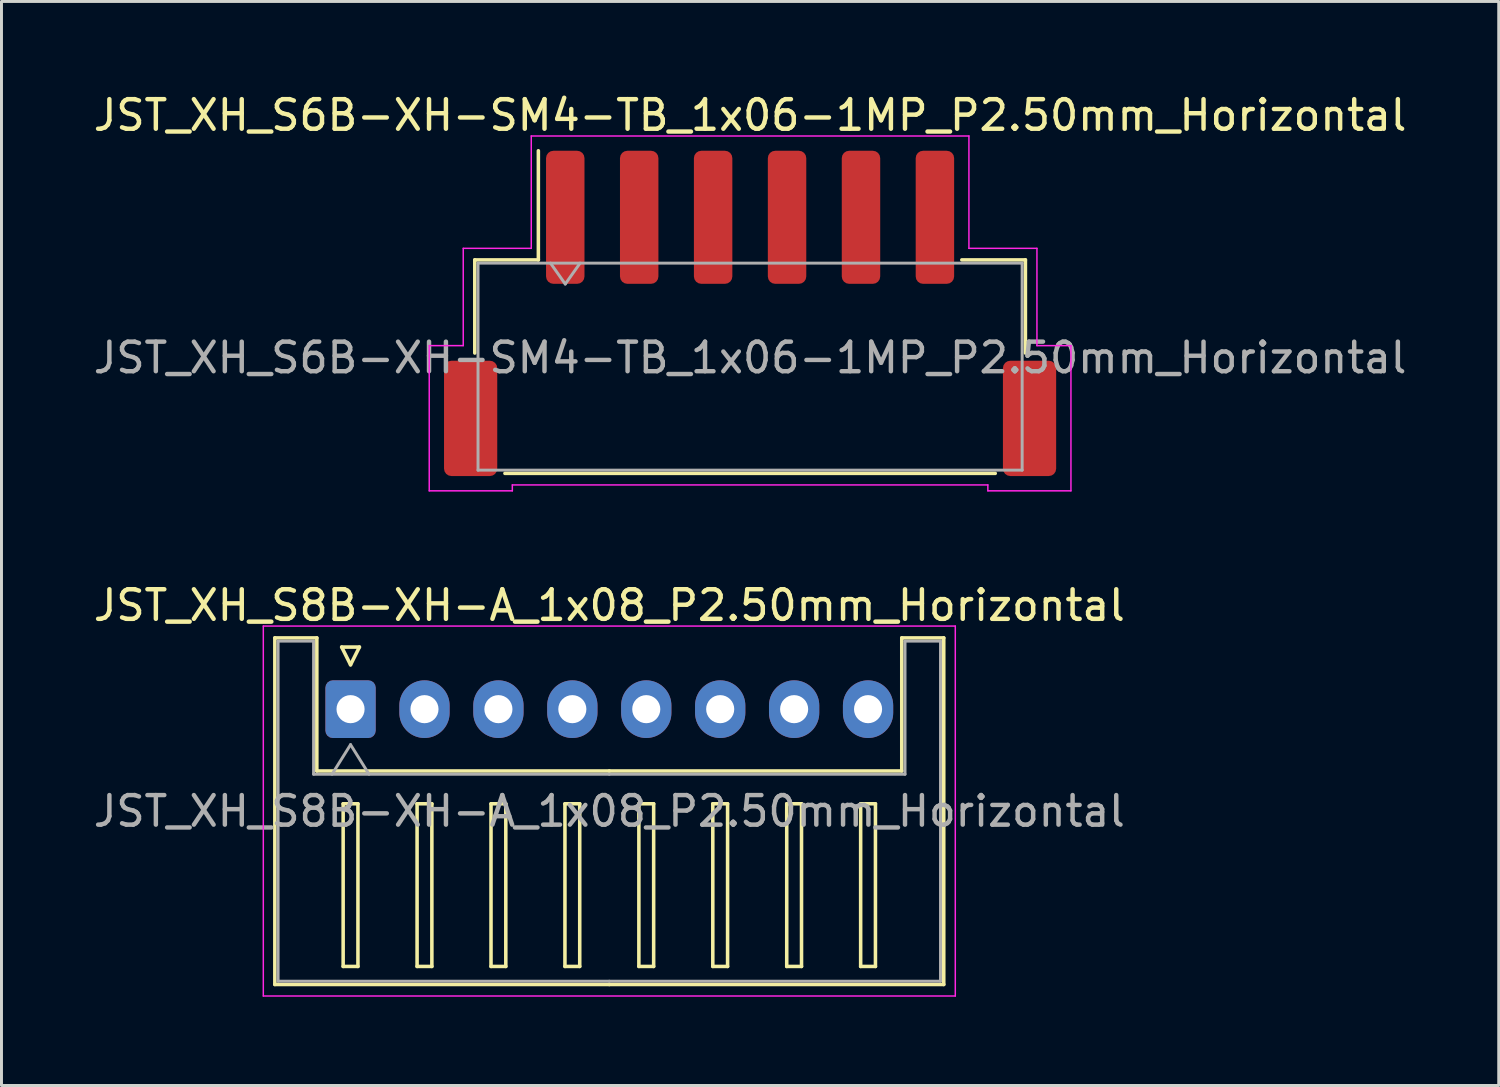
<source format=kicad_pcb>
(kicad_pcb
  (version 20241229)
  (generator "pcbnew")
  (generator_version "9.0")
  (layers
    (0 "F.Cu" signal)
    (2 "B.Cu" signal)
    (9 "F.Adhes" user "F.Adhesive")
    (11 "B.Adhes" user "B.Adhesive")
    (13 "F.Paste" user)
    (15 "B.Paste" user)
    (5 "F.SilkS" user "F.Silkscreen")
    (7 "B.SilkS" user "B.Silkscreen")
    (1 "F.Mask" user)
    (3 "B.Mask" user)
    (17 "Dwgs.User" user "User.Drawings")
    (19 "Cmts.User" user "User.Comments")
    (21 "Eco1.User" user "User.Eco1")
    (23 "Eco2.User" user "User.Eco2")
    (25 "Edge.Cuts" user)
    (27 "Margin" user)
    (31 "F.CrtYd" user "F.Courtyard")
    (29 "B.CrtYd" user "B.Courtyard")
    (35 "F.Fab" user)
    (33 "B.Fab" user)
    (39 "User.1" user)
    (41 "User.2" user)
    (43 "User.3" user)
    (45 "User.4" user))
  (footprint "JST_XH_S6B-XH-SM4-TB_1x06-1MP_P2.50mm_Horizontal"
    (layer "F.Cu")
    (at 22.315 7.548)
    (property "Reference" "JST_XH_S6B-XH-SM4-TB_1x06-1MP_P2.50mm_Horizontal" (at 0 -6.7 0) (layer "F.SilkS") (effects (font (size 1 1) (thickness 0.15))))
    (attr smd)
    (fp_line (start -9.31 -1.81) (end -7.16 -1.81) (stroke (width 0.12) (type solid)) (layer "F.SilkS"))
    (fp_line (start -9.31 1.34) (end -9.31 -1.81) (stroke (width 0.12) (type solid)) (layer "F.SilkS"))
    (fp_line (start -8.29 5.41) (end 8.29 5.41) (stroke (width 0.12) (type solid)) (layer "F.SilkS"))
    (fp_line (start -7.16 -1.81) (end -7.16 -5.5) (stroke (width 0.12) (type solid)) (layer "F.SilkS"))
    (fp_line (start 9.31 -1.81) (end 7.16 -1.81) (stroke (width 0.12) (type solid)) (layer "F.SilkS"))
    (fp_line (start 9.31 1.34) (end 9.31 -1.81) (stroke (width 0.12) (type solid)) (layer "F.SilkS"))
    (fp_line (start -10.85 1.09) (end -9.7 1.09) (stroke (width 0.05) (type solid)) (layer "F.CrtYd"))
    (fp_line (start -10.85 6) (end -10.85 1.09) (stroke (width 0.05) (type solid)) (layer "F.CrtYd"))
    (fp_line (start -9.7 -2.2) (end -7.4 -2.2) (stroke (width 0.05) (type solid)) (layer "F.CrtYd"))
    (fp_line (start -9.7 1.09) (end -9.7 -2.2) (stroke (width 0.05) (type solid)) (layer "F.CrtYd"))
    (fp_line (start -8.04 5.8) (end -8.04 6) (stroke (width 0.05) (type solid)) (layer "F.CrtYd"))
    (fp_line (start -8.04 6) (end -10.85 6) (stroke (width 0.05) (type solid)) (layer "F.CrtYd"))
    (fp_line (start -7.4 -6) (end 7.4 -6) (stroke (width 0.05) (type solid)) (layer "F.CrtYd"))
    (fp_line (start -7.4 -2.2) (end -7.4 -6) (stroke (width 0.05) (type solid)) (layer "F.CrtYd"))
    (fp_line (start 7.4 -6) (end 7.4 -2.2) (stroke (width 0.05) (type solid)) (layer "F.CrtYd"))
    (fp_line (start 7.4 -2.2) (end 9.7 -2.2) (stroke (width 0.05) (type solid)) (layer "F.CrtYd"))
    (fp_line (start 8.04 5.8) (end -8.04 5.8) (stroke (width 0.05) (type solid)) (layer "F.CrtYd"))
    (fp_line (start 8.04 6) (end 8.04 5.8) (stroke (width 0.05) (type solid)) (layer "F.CrtYd"))
    (fp_line (start 9.7 -2.2) (end 9.7 1.09) (stroke (width 0.05) (type solid)) (layer "F.CrtYd"))
    (fp_line (start 9.7 1.09) (end 10.85 1.09) (stroke (width 0.05) (type solid)) (layer "F.CrtYd"))
    (fp_line (start 10.85 1.09) (end 10.85 6) (stroke (width 0.05) (type solid)) (layer "F.CrtYd"))
    (fp_line (start 10.85 6) (end 8.04 6) (stroke (width 0.05) (type solid)) (layer "F.CrtYd"))
    (fp_line (start -9.2 -1.7) (end -9.2 5.3) (stroke (width 0.1) (type solid)) (layer "F.Fab"))
    (fp_line (start -9.2 -1.7) (end 9.2 -1.7) (stroke (width 0.1) (type solid)) (layer "F.Fab"))
    (fp_line (start -9.2 5.3) (end 9.2 5.3) (stroke (width 0.1) (type solid)) (layer "F.Fab"))
    (fp_line (start -6.75 -1.7) (end -6.25 -0.993) (stroke (width 0.1) (type solid)) (layer "F.Fab"))
    (fp_line (start -6.25 -0.993) (end -5.75 -1.7) (stroke (width 0.1) (type solid)) (layer "F.Fab"))
    (fp_line (start 9.2 -1.7) (end 9.2 5.3) (stroke (width 0.1) (type solid)) (layer "F.Fab"))
    (fp_text user "${REFERENCE}" (at 0 1.5 0) (layer "F.Fab") (effects (font (size 1 1) (thickness 0.15))))
    (pad "1" smd roundrect (at -6.25 -3.25) (size 1.3 4.5) (layers "F.Cu" "F.Mask" "F.Paste") (roundrect_rratio 0.192))
    (pad "2" smd roundrect (at -3.75 -3.25) (size 1.3 4.5) (layers "F.Cu" "F.Mask" "F.Paste") (roundrect_rratio 0.192))
    (pad "3" smd roundrect (at -1.25 -3.25) (size 1.3 4.5) (layers "F.Cu" "F.Mask" "F.Paste") (roundrect_rratio 0.192))
    (pad "4" smd roundrect (at 1.25 -3.25) (size 1.3 4.5) (layers "F.Cu" "F.Mask" "F.Paste") (roundrect_rratio 0.192))
    (pad "5" smd roundrect (at 3.75 -3.25) (size 1.3 4.5) (layers "F.Cu" "F.Mask" "F.Paste") (roundrect_rratio 0.192))
    (pad "6" smd roundrect (at 6.25 -3.25) (size 1.3 4.5) (layers "F.Cu" "F.Mask" "F.Paste") (roundrect_rratio 0.192))
    (pad "MP" smd roundrect (at -9.45 3.55) (size 1.8 3.9) (layers "F.Cu" "F.Mask" "F.Paste") (roundrect_rratio 0.139))
    (pad "MP" smd roundrect (at 9.45 3.55) (size 1.8 3.9) (layers "F.Cu" "F.Mask" "F.Paste") (roundrect_rratio 0.139)))
  (footprint "JST_XH_S8B-XH-A_1x08_P2.50mm_Horizontal"
    (layer "F.Cu")
    (at 8.804 20.931)
    (property "Reference" "JST_XH_S8B-XH-A_1x08_P2.50mm_Horizontal" (at 8.75 -3.51 0) (layer "F.SilkS") (effects (font (size 1 1) (thickness 0.15))))
    (attr through_hole)
    (fp_line (start -2.56 -2.41) (end -1.14 -2.41) (stroke (width 0.12) (type solid)) (layer "F.SilkS"))
    (fp_line (start -2.56 9.31) (end -2.56 -2.41) (stroke (width 0.12) (type solid)) (layer "F.SilkS"))
    (fp_line (start -1.14 -2.41) (end -1.14 2.09) (stroke (width 0.12) (type solid)) (layer "F.SilkS"))
    (fp_line (start -1.14 2.09) (end 8.75 2.09) (stroke (width 0.12) (type solid)) (layer "F.SilkS"))
    (fp_line (start -0.3 -2.1) (end 0.3 -2.1) (stroke (width 0.12) (type solid)) (layer "F.SilkS"))
    (fp_line (start -0.25 3.2) (end -0.25 8.7) (stroke (width 0.12) (type solid)) (layer "F.SilkS"))
    (fp_line (start -0.25 8.7) (end 0.25 8.7) (stroke (width 0.12) (type solid)) (layer "F.SilkS"))
    (fp_line (start 0 -1.5) (end -0.3 -2.1) (stroke (width 0.12) (type solid)) (layer "F.SilkS"))
    (fp_line (start 0.25 3.2) (end -0.25 3.2) (stroke (width 0.12) (type solid)) (layer "F.SilkS"))
    (fp_line (start 0.25 8.7) (end 0.25 3.2) (stroke (width 0.12) (type solid)) (layer "F.SilkS"))
    (fp_line (start 0.3 -2.1) (end 0 -1.5) (stroke (width 0.12) (type solid)) (layer "F.SilkS"))
    (fp_line (start 2.25 3.2) (end 2.25 8.7) (stroke (width 0.12) (type solid)) (layer "F.SilkS"))
    (fp_line (start 2.25 8.7) (end 2.75 8.7) (stroke (width 0.12) (type solid)) (layer "F.SilkS"))
    (fp_line (start 2.75 3.2) (end 2.25 3.2) (stroke (width 0.12) (type solid)) (layer "F.SilkS"))
    (fp_line (start 2.75 8.7) (end 2.75 3.2) (stroke (width 0.12) (type solid)) (layer "F.SilkS"))
    (fp_line (start 4.75 3.2) (end 4.75 8.7) (stroke (width 0.12) (type solid)) (layer "F.SilkS"))
    (fp_line (start 4.75 8.7) (end 5.25 8.7) (stroke (width 0.12) (type solid)) (layer "F.SilkS"))
    (fp_line (start 5.25 3.2) (end 4.75 3.2) (stroke (width 0.12) (type solid)) (layer "F.SilkS"))
    (fp_line (start 5.25 8.7) (end 5.25 3.2) (stroke (width 0.12) (type solid)) (layer "F.SilkS"))
    (fp_line (start 7.25 3.2) (end 7.25 8.7) (stroke (width 0.12) (type solid)) (layer "F.SilkS"))
    (fp_line (start 7.25 8.7) (end 7.75 8.7) (stroke (width 0.12) (type solid)) (layer "F.SilkS"))
    (fp_line (start 7.75 3.2) (end 7.25 3.2) (stroke (width 0.12) (type solid)) (layer "F.SilkS"))
    (fp_line (start 7.75 8.7) (end 7.75 3.2) (stroke (width 0.12) (type solid)) (layer "F.SilkS"))
    (fp_line (start 8.75 9.31) (end -2.56 9.31) (stroke (width 0.12) (type solid)) (layer "F.SilkS"))
    (fp_line (start 8.75 9.31) (end 20.06 9.31) (stroke (width 0.12) (type solid)) (layer "F.SilkS"))
    (fp_line (start 9.75 3.2) (end 9.75 8.7) (stroke (width 0.12) (type solid)) (layer "F.SilkS"))
    (fp_line (start 9.75 8.7) (end 10.25 8.7) (stroke (width 0.12) (type solid)) (layer "F.SilkS"))
    (fp_line (start 10.25 3.2) (end 9.75 3.2) (stroke (width 0.12) (type solid)) (layer "F.SilkS"))
    (fp_line (start 10.25 8.7) (end 10.25 3.2) (stroke (width 0.12) (type solid)) (layer "F.SilkS"))
    (fp_line (start 12.25 3.2) (end 12.25 8.7) (stroke (width 0.12) (type solid)) (layer "F.SilkS"))
    (fp_line (start 12.25 8.7) (end 12.75 8.7) (stroke (width 0.12) (type solid)) (layer "F.SilkS"))
    (fp_line (start 12.75 3.2) (end 12.25 3.2) (stroke (width 0.12) (type solid)) (layer "F.SilkS"))
    (fp_line (start 12.75 8.7) (end 12.75 3.2) (stroke (width 0.12) (type solid)) (layer "F.SilkS"))
    (fp_line (start 14.75 3.2) (end 14.75 8.7) (stroke (width 0.12) (type solid)) (layer "F.SilkS"))
    (fp_line (start 14.75 8.7) (end 15.25 8.7) (stroke (width 0.12) (type solid)) (layer "F.SilkS"))
    (fp_line (start 15.25 3.2) (end 14.75 3.2) (stroke (width 0.12) (type solid)) (layer "F.SilkS"))
    (fp_line (start 15.25 8.7) (end 15.25 3.2) (stroke (width 0.12) (type solid)) (layer "F.SilkS"))
    (fp_line (start 17.25 3.2) (end 17.25 8.7) (stroke (width 0.12) (type solid)) (layer "F.SilkS"))
    (fp_line (start 17.25 8.7) (end 17.75 8.7) (stroke (width 0.12) (type solid)) (layer "F.SilkS"))
    (fp_line (start 17.75 3.2) (end 17.25 3.2) (stroke (width 0.12) (type solid)) (layer "F.SilkS"))
    (fp_line (start 17.75 8.7) (end 17.75 3.2) (stroke (width 0.12) (type solid)) (layer "F.SilkS"))
    (fp_line (start 18.64 -2.41) (end 18.64 2.09) (stroke (width 0.12) (type solid)) (layer "F.SilkS"))
    (fp_line (start 18.64 2.09) (end 8.75 2.09) (stroke (width 0.12) (type solid)) (layer "F.SilkS"))
    (fp_line (start 20.06 -2.41) (end 18.64 -2.41) (stroke (width 0.12) (type solid)) (layer "F.SilkS"))
    (fp_line (start 20.06 9.31) (end 20.06 -2.41) (stroke (width 0.12) (type solid)) (layer "F.SilkS"))
    (fp_line (start -2.95 -2.81) (end -2.95 9.7) (stroke (width 0.05) (type solid)) (layer "F.CrtYd"))
    (fp_line (start -2.95 9.7) (end 20.45 9.7) (stroke (width 0.05) (type solid)) (layer "F.CrtYd"))
    (fp_line (start 20.45 -2.81) (end -2.95 -2.81) (stroke (width 0.05) (type solid)) (layer "F.CrtYd"))
    (fp_line (start 20.45 9.7) (end 20.45 -2.81) (stroke (width 0.05) (type solid)) (layer "F.CrtYd"))
    (fp_line (start -2.45 -2.3) (end -1.25 -2.3) (stroke (width 0.1) (type solid)) (layer "F.Fab"))
    (fp_line (start -2.45 9.2) (end -2.45 -2.3) (stroke (width 0.1) (type solid)) (layer "F.Fab"))
    (fp_line (start -1.25 -2.3) (end -1.25 2.2) (stroke (width 0.1) (type solid)) (layer "F.Fab"))
    (fp_line (start -1.25 2.2) (end 8.75 2.2) (stroke (width 0.1) (type solid)) (layer "F.Fab"))
    (fp_line (start -0.625 2.2) (end 0 1.2) (stroke (width 0.1) (type solid)) (layer "F.Fab"))
    (fp_line (start 0 1.2) (end 0.625 2.2) (stroke (width 0.1) (type solid)) (layer "F.Fab"))
    (fp_line (start 8.75 9.2) (end -2.45 9.2) (stroke (width 0.1) (type solid)) (layer "F.Fab"))
    (fp_line (start 8.75 9.2) (end 19.95 9.2) (stroke (width 0.1) (type solid)) (layer "F.Fab"))
    (fp_line (start 18.75 -2.3) (end 18.75 2.2) (stroke (width 0.1) (type solid)) (layer "F.Fab"))
    (fp_line (start 18.75 2.2) (end 8.75 2.2) (stroke (width 0.1) (type solid)) (layer "F.Fab"))
    (fp_line (start 19.95 -2.3) (end 18.75 -2.3) (stroke (width 0.1) (type solid)) (layer "F.Fab"))
    (fp_line (start 19.95 9.2) (end 19.95 -2.3) (stroke (width 0.1) (type solid)) (layer "F.Fab"))
    (fp_text user "${REFERENCE}" (at 8.75 3.45 0) (layer "F.Fab") (effects (font (size 1 1) (thickness 0.15))))
    (pad "1" thru_hole roundrect (at 0 0) (size 1.7 1.95) (drill 0.95) (layers "*.Cu" "*.Mask") (roundrect_rratio 0.147))
    (pad "2" thru_hole oval (at 2.5 0) (size 1.7 1.95) (drill 0.95) (layers "*.Cu" "*.Mask"))
    (pad "3" thru_hole oval (at 5 0) (size 1.7 1.95) (drill 0.95) (layers "*.Cu" "*.Mask"))
    (pad "4" thru_hole oval (at 7.5 0) (size 1.7 1.95) (drill 0.95) (layers "*.Cu" "*.Mask"))
    (pad "5" thru_hole oval (at 10 0) (size 1.7 1.95) (drill 0.95) (layers "*.Cu" "*.Mask"))
    (pad "6" thru_hole oval (at 12.5 0) (size 1.7 1.95) (drill 0.95) (layers "*.Cu" "*.Mask"))
    (pad "7" thru_hole oval (at 15 0) (size 1.7 1.95) (drill 0.95) (layers "*.Cu" "*.Mask"))
    (pad "8" thru_hole oval (at 17.5 0) (size 1.7 1.95) (drill 0.95) (layers "*.Cu" "*.Mask")))
  (gr_rect
    (start -3 -3)
    (end 47.631 33.657)
    (stroke (width 0.1) (type default))
    (fill no)
    (layer "Edge.Cuts")))
</source>
